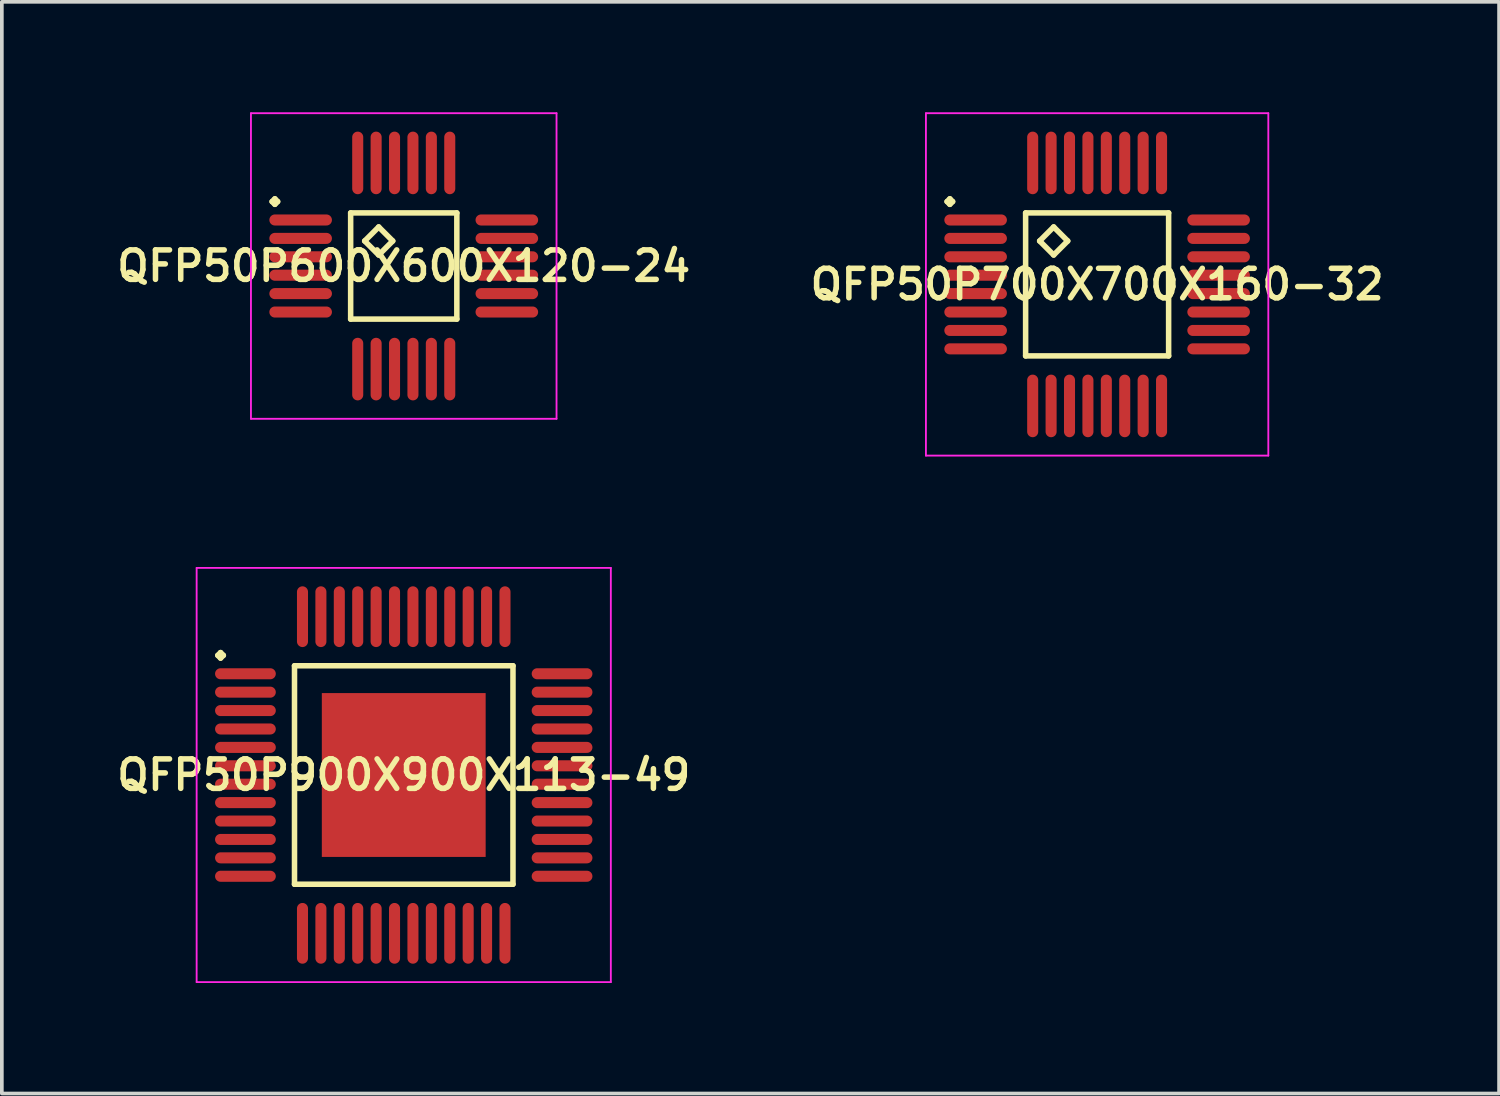
<source format=kicad_pcb>
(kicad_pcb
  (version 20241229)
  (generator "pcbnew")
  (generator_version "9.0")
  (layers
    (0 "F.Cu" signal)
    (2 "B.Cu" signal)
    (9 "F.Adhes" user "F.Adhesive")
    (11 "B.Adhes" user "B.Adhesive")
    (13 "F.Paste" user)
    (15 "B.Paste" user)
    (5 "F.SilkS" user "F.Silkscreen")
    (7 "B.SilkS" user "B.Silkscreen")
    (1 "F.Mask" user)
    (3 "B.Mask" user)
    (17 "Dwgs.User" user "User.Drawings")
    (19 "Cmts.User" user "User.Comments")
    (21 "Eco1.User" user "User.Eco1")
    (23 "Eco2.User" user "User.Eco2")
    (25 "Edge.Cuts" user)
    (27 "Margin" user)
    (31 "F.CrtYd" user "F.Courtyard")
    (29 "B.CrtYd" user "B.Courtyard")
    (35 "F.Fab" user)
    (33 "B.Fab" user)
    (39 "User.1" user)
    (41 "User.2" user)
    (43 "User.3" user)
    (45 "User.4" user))
  (footprint "QFP50P700X700X160-32"
    (layer "F.Cu")
    (at 26.749 4.675)
    (property "Reference" "QFP50P700X700X160-32" (at 0 0 0) (layer "F.SilkS") (effects (font (size 0.8 0.8) (thickness 0.15))))
    (attr smd)
    (fp_line (start -4.075 -2.25) (end -4 -2.325) (stroke (width 0.15) (type solid)) (layer "F.SilkS"))
    (fp_line (start -4 -2.325) (end -3.925 -2.25) (stroke (width 0.15) (type solid)) (layer "F.SilkS"))
    (fp_line (start -4 -2.175) (end -4.075 -2.25) (stroke (width 0.15) (type solid)) (layer "F.SilkS"))
    (fp_line (start -3.925 -2.25) (end -4 -2.175) (stroke (width 0.15) (type solid)) (layer "F.SilkS"))
    (fp_line (start -1.942 -1.942) (end -1.942 1.942) (stroke (width 0.15) (type solid)) (layer "F.SilkS"))
    (fp_line (start -1.942 1.942) (end 1.942 1.942) (stroke (width 0.15) (type solid)) (layer "F.SilkS"))
    (fp_line (start -1.561 -1.18) (end -1.18 -1.561) (stroke (width 0.15) (type solid)) (layer "F.SilkS"))
    (fp_line (start -1.18 -1.561) (end -0.799 -1.18) (stroke (width 0.15) (type solid)) (layer "F.SilkS"))
    (fp_line (start -1.18 -0.799) (end -1.561 -1.18) (stroke (width 0.15) (type solid)) (layer "F.SilkS"))
    (fp_line (start -0.799 -1.18) (end -1.18 -0.799) (stroke (width 0.15) (type solid)) (layer "F.SilkS"))
    (fp_line (start 1.942 -1.942) (end -1.942 -1.942) (stroke (width 0.15) (type solid)) (layer "F.SilkS"))
    (fp_line (start 1.942 1.942) (end 1.942 -1.942) (stroke (width 0.15) (type solid)) (layer "F.SilkS"))
    (fp_line (start -4.65 -4.65) (end 4.65 -4.65) (stroke (width 0.05) (type solid)) (layer "F.CrtYd"))
    (fp_line (start -4.65 4.65) (end -4.65 -4.65) (stroke (width 0.05) (type solid)) (layer "F.CrtYd"))
    (fp_line (start 4.65 -4.65) (end 4.65 4.65) (stroke (width 0.05) (type solid)) (layer "F.CrtYd"))
    (fp_line (start 4.65 4.65) (end -4.65 4.65) (stroke (width 0.05) (type solid)) (layer "F.CrtYd"))
    (pad "1" smd oval (at -3.3 -1.75) (size 1.7 0.3) (layers "F.Cu" "F.Mask" "F.Paste"))
    (pad "2" smd oval (at -3.3 -1.25) (size 1.7 0.3) (layers "F.Cu" "F.Mask" "F.Paste"))
    (pad "3" smd oval (at -3.3 -0.75) (size 1.7 0.3) (layers "F.Cu" "F.Mask" "F.Paste"))
    (pad "4" smd oval (at -3.3 -0.25) (size 1.7 0.3) (layers "F.Cu" "F.Mask" "F.Paste"))
    (pad "5" smd oval (at -3.3 0.25) (size 1.7 0.3) (layers "F.Cu" "F.Mask" "F.Paste"))
    (pad "6" smd oval (at -3.3 0.75) (size 1.7 0.3) (layers "F.Cu" "F.Mask" "F.Paste"))
    (pad "7" smd oval (at -3.3 1.25) (size 1.7 0.3) (layers "F.Cu" "F.Mask" "F.Paste"))
    (pad "8" smd oval (at -3.3 1.75) (size 1.7 0.3) (layers "F.Cu" "F.Mask" "F.Paste"))
    (pad "9" smd oval (at -1.75 3.3) (size 0.3 1.7) (layers "F.Cu" "F.Mask" "F.Paste"))
    (pad "10" smd oval (at -1.25 3.3) (size 0.3 1.7) (layers "F.Cu" "F.Mask" "F.Paste"))
    (pad "11" smd oval (at -0.75 3.3) (size 0.3 1.7) (layers "F.Cu" "F.Mask" "F.Paste"))
    (pad "12" smd oval (at -0.25 3.3) (size 0.3 1.7) (layers "F.Cu" "F.Mask" "F.Paste"))
    (pad "13" smd oval (at 0.25 3.3) (size 0.3 1.7) (layers "F.Cu" "F.Mask" "F.Paste"))
    (pad "14" smd oval (at 0.75 3.3) (size 0.3 1.7) (layers "F.Cu" "F.Mask" "F.Paste"))
    (pad "15" smd oval (at 1.25 3.3) (size 0.3 1.7) (layers "F.Cu" "F.Mask" "F.Paste"))
    (pad "16" smd oval (at 1.75 3.3) (size 0.3 1.7) (layers "F.Cu" "F.Mask" "F.Paste"))
    (pad "17" smd oval (at 3.3 1.75) (size 1.7 0.3) (layers "F.Cu" "F.Mask" "F.Paste"))
    (pad "18" smd oval (at 3.3 1.25) (size 1.7 0.3) (layers "F.Cu" "F.Mask" "F.Paste"))
    (pad "19" smd oval (at 3.3 0.75) (size 1.7 0.3) (layers "F.Cu" "F.Mask" "F.Paste"))
    (pad "20" smd oval (at 3.3 0.25) (size 1.7 0.3) (layers "F.Cu" "F.Mask" "F.Paste"))
    (pad "21" smd oval (at 3.3 -0.25) (size 1.7 0.3) (layers "F.Cu" "F.Mask" "F.Paste"))
    (pad "22" smd oval (at 3.3 -0.75) (size 1.7 0.3) (layers "F.Cu" "F.Mask" "F.Paste"))
    (pad "23" smd oval (at 3.3 -1.25) (size 1.7 0.3) (layers "F.Cu" "F.Mask" "F.Paste"))
    (pad "24" smd oval (at 3.3 -1.75) (size 1.7 0.3) (layers "F.Cu" "F.Mask" "F.Paste"))
    (pad "25" smd oval (at 1.75 -3.3) (size 0.3 1.7) (layers "F.Cu" "F.Mask" "F.Paste"))
    (pad "26" smd oval (at 1.25 -3.3) (size 0.3 1.7) (layers "F.Cu" "F.Mask" "F.Paste"))
    (pad "27" smd oval (at 0.75 -3.3) (size 0.3 1.7) (layers "F.Cu" "F.Mask" "F.Paste"))
    (pad "28" smd oval (at 0.25 -3.3) (size 0.3 1.7) (layers "F.Cu" "F.Mask" "F.Paste"))
    (pad "29" smd oval (at -0.25 -3.3) (size 0.3 1.7) (layers "F.Cu" "F.Mask" "F.Paste"))
    (pad "30" smd oval (at -0.75 -3.3) (size 0.3 1.7) (layers "F.Cu" "F.Mask" "F.Paste"))
    (pad "31" smd oval (at -1.25 -3.3) (size 0.3 1.7) (layers "F.Cu" "F.Mask" "F.Paste"))
    (pad "32" smd oval (at -1.75 -3.3) (size 0.3 1.7) (layers "F.Cu" "F.Mask" "F.Paste")))
  (footprint "QFP50P600X600X120-24"
    (layer "F.Cu")
    (at 7.916 4.175)
    (property "Reference" "QFP50P600X600X120-24" (at 0 0 0) (layer "F.SilkS") (effects (font (size 0.8 0.8) (thickness 0.15))))
    (attr smd)
    (fp_line (start -3.575 -1.75) (end -3.5 -1.825) (stroke (width 0.15) (type solid)) (layer "F.SilkS"))
    (fp_line (start -3.5 -1.825) (end -3.425 -1.75) (stroke (width 0.15) (type solid)) (layer "F.SilkS"))
    (fp_line (start -3.5 -1.675) (end -3.575 -1.75) (stroke (width 0.15) (type solid)) (layer "F.SilkS"))
    (fp_line (start -3.425 -1.75) (end -3.5 -1.675) (stroke (width 0.15) (type solid)) (layer "F.SilkS"))
    (fp_line (start -1.442 -1.442) (end -1.442 1.442) (stroke (width 0.15) (type solid)) (layer "F.SilkS"))
    (fp_line (start -1.442 1.442) (end 1.442 1.442) (stroke (width 0.15) (type solid)) (layer "F.SilkS"))
    (fp_line (start -1.061 -0.68) (end -0.68 -1.061) (stroke (width 0.15) (type solid)) (layer "F.SilkS"))
    (fp_line (start -0.68 -1.061) (end -0.299 -0.68) (stroke (width 0.15) (type solid)) (layer "F.SilkS"))
    (fp_line (start -0.68 -0.299) (end -1.061 -0.68) (stroke (width 0.15) (type solid)) (layer "F.SilkS"))
    (fp_line (start -0.299 -0.68) (end -0.68 -0.299) (stroke (width 0.15) (type solid)) (layer "F.SilkS"))
    (fp_line (start 1.442 -1.442) (end -1.442 -1.442) (stroke (width 0.15) (type solid)) (layer "F.SilkS"))
    (fp_line (start 1.442 1.442) (end 1.442 -1.442) (stroke (width 0.15) (type solid)) (layer "F.SilkS"))
    (fp_line (start -4.15 -4.15) (end 4.15 -4.15) (stroke (width 0.05) (type solid)) (layer "F.CrtYd"))
    (fp_line (start -4.15 4.15) (end -4.15 -4.15) (stroke (width 0.05) (type solid)) (layer "F.CrtYd"))
    (fp_line (start 4.15 -4.15) (end 4.15 4.15) (stroke (width 0.05) (type solid)) (layer "F.CrtYd"))
    (fp_line (start 4.15 4.15) (end -4.15 4.15) (stroke (width 0.05) (type solid)) (layer "F.CrtYd"))
    (pad "1" smd oval (at -2.8 -1.25) (size 1.7 0.3) (layers "F.Cu" "F.Mask" "F.Paste"))
    (pad "2" smd oval (at -2.8 -0.75) (size 1.7 0.3) (layers "F.Cu" "F.Mask" "F.Paste"))
    (pad "3" smd oval (at -2.8 -0.25) (size 1.7 0.3) (layers "F.Cu" "F.Mask" "F.Paste"))
    (pad "4" smd oval (at -2.8 0.25) (size 1.7 0.3) (layers "F.Cu" "F.Mask" "F.Paste"))
    (pad "5" smd oval (at -2.8 0.75) (size 1.7 0.3) (layers "F.Cu" "F.Mask" "F.Paste"))
    (pad "6" smd oval (at -2.8 1.25) (size 1.7 0.3) (layers "F.Cu" "F.Mask" "F.Paste"))
    (pad "7" smd oval (at -1.25 2.8) (size 0.3 1.7) (layers "F.Cu" "F.Mask" "F.Paste"))
    (pad "8" smd oval (at -0.75 2.8) (size 0.3 1.7) (layers "F.Cu" "F.Mask" "F.Paste"))
    (pad "9" smd oval (at -0.25 2.8) (size 0.3 1.7) (layers "F.Cu" "F.Mask" "F.Paste"))
    (pad "10" smd oval (at 0.25 2.8) (size 0.3 1.7) (layers "F.Cu" "F.Mask" "F.Paste"))
    (pad "11" smd oval (at 0.75 2.8) (size 0.3 1.7) (layers "F.Cu" "F.Mask" "F.Paste"))
    (pad "12" smd oval (at 1.25 2.8) (size 0.3 1.7) (layers "F.Cu" "F.Mask" "F.Paste"))
    (pad "13" smd oval (at 2.8 1.25) (size 1.7 0.3) (layers "F.Cu" "F.Mask" "F.Paste"))
    (pad "14" smd oval (at 2.8 0.75) (size 1.7 0.3) (layers "F.Cu" "F.Mask" "F.Paste"))
    (pad "15" smd oval (at 2.8 0.25) (size 1.7 0.3) (layers "F.Cu" "F.Mask" "F.Paste"))
    (pad "16" smd oval (at 2.8 -0.25) (size 1.7 0.3) (layers "F.Cu" "F.Mask" "F.Paste"))
    (pad "17" smd oval (at 2.8 -0.75) (size 1.7 0.3) (layers "F.Cu" "F.Mask" "F.Paste"))
    (pad "18" smd oval (at 2.8 -1.25) (size 1.7 0.3) (layers "F.Cu" "F.Mask" "F.Paste"))
    (pad "19" smd oval (at 1.25 -2.8) (size 0.3 1.7) (layers "F.Cu" "F.Mask" "F.Paste"))
    (pad "20" smd oval (at 0.75 -2.8) (size 0.3 1.7) (layers "F.Cu" "F.Mask" "F.Paste"))
    (pad "21" smd oval (at 0.25 -2.8) (size 0.3 1.7) (layers "F.Cu" "F.Mask" "F.Paste"))
    (pad "22" smd oval (at -0.25 -2.8) (size 0.3 1.7) (layers "F.Cu" "F.Mask" "F.Paste"))
    (pad "23" smd oval (at -0.75 -2.8) (size 0.3 1.7) (layers "F.Cu" "F.Mask" "F.Paste"))
    (pad "24" smd oval (at -1.25 -2.8) (size 0.3 1.7) (layers "F.Cu" "F.Mask" "F.Paste")))
  (footprint "QFP50P900X900X113-49"
    (layer "F.Cu")
    (at 7.916 18)
    (property "Reference" "QFP50P900X900X113-49" (at 0 0 0) (layer "F.SilkS") (effects (font (size 0.8 0.8) (thickness 0.15))))
    (attr smd)
    (fp_line (start -5.05 -3.25) (end -4.975 -3.325) (stroke (width 0.15) (type solid)) (layer "F.SilkS"))
    (fp_line (start -4.975 -3.325) (end -4.9 -3.25) (stroke (width 0.15) (type solid)) (layer "F.SilkS"))
    (fp_line (start -4.975 -3.175) (end -5.05 -3.25) (stroke (width 0.15) (type solid)) (layer "F.SilkS"))
    (fp_line (start -4.9 -3.25) (end -4.975 -3.175) (stroke (width 0.15) (type solid)) (layer "F.SilkS"))
    (fp_line (start -2.967 -2.967) (end -2.967 2.967) (stroke (width 0.15) (type solid)) (layer "F.SilkS"))
    (fp_line (start -2.967 2.967) (end 2.967 2.967) (stroke (width 0.15) (type solid)) (layer "F.SilkS"))
    (fp_line (start 2.967 -2.967) (end -2.967 -2.967) (stroke (width 0.15) (type solid)) (layer "F.SilkS"))
    (fp_line (start 2.967 2.967) (end 2.967 -2.967) (stroke (width 0.15) (type solid)) (layer "F.SilkS"))
    (fp_line (start -5.625 -5.625) (end 5.625 -5.625) (stroke (width 0.05) (type solid)) (layer "F.CrtYd"))
    (fp_line (start -5.625 5.625) (end -5.625 -5.625) (stroke (width 0.05) (type solid)) (layer "F.CrtYd"))
    (fp_line (start 5.625 -5.625) (end 5.625 5.625) (stroke (width 0.05) (type solid)) (layer "F.CrtYd"))
    (fp_line (start 5.625 5.625) (end -5.625 5.625) (stroke (width 0.05) (type solid)) (layer "F.CrtYd"))
    (pad "1" smd oval (at -4.3 -2.75) (size 1.65 0.3) (layers "F.Cu" "F.Mask" "F.Paste"))
    (pad "2" smd oval (at -4.3 -2.25) (size 1.65 0.3) (layers "F.Cu" "F.Mask" "F.Paste"))
    (pad "3" smd oval (at -4.3 -1.75) (size 1.65 0.3) (layers "F.Cu" "F.Mask" "F.Paste"))
    (pad "4" smd oval (at -4.3 -1.25) (size 1.65 0.3) (layers "F.Cu" "F.Mask" "F.Paste"))
    (pad "5" smd oval (at -4.3 -0.75) (size 1.65 0.3) (layers "F.Cu" "F.Mask" "F.Paste"))
    (pad "6" smd oval (at -4.3 -0.25) (size 1.65 0.3) (layers "F.Cu" "F.Mask" "F.Paste"))
    (pad "7" smd oval (at -4.3 0.25) (size 1.65 0.3) (layers "F.Cu" "F.Mask" "F.Paste"))
    (pad "8" smd oval (at -4.3 0.75) (size 1.65 0.3) (layers "F.Cu" "F.Mask" "F.Paste"))
    (pad "9" smd oval (at -4.3 1.25) (size 1.65 0.3) (layers "F.Cu" "F.Mask" "F.Paste"))
    (pad "10" smd oval (at -4.3 1.75) (size 1.65 0.3) (layers "F.Cu" "F.Mask" "F.Paste"))
    (pad "11" smd oval (at -4.3 2.25) (size 1.65 0.3) (layers "F.Cu" "F.Mask" "F.Paste"))
    (pad "12" smd oval (at -4.3 2.75) (size 1.65 0.3) (layers "F.Cu" "F.Mask" "F.Paste"))
    (pad "13" smd oval (at -2.75 4.3) (size 0.3 1.65) (layers "F.Cu" "F.Mask" "F.Paste"))
    (pad "14" smd oval (at -2.25 4.3) (size 0.3 1.65) (layers "F.Cu" "F.Mask" "F.Paste"))
    (pad "15" smd oval (at -1.75 4.3) (size 0.3 1.65) (layers "F.Cu" "F.Mask" "F.Paste"))
    (pad "16" smd oval (at -1.25 4.3) (size 0.3 1.65) (layers "F.Cu" "F.Mask" "F.Paste"))
    (pad "17" smd oval (at -0.75 4.3) (size 0.3 1.65) (layers "F.Cu" "F.Mask" "F.Paste"))
    (pad "18" smd oval (at -0.25 4.3) (size 0.3 1.65) (layers "F.Cu" "F.Mask" "F.Paste"))
    (pad "19" smd oval (at 0.25 4.3) (size 0.3 1.65) (layers "F.Cu" "F.Mask" "F.Paste"))
    (pad "20" smd oval (at 0.75 4.3) (size 0.3 1.65) (layers "F.Cu" "F.Mask" "F.Paste"))
    (pad "21" smd oval (at 1.25 4.3) (size 0.3 1.65) (layers "F.Cu" "F.Mask" "F.Paste"))
    (pad "22" smd oval (at 1.75 4.3) (size 0.3 1.65) (layers "F.Cu" "F.Mask" "F.Paste"))
    (pad "23" smd oval (at 2.25 4.3) (size 0.3 1.65) (layers "F.Cu" "F.Mask" "F.Paste"))
    (pad "24" smd oval (at 2.75 4.3) (size 0.3 1.65) (layers "F.Cu" "F.Mask" "F.Paste"))
    (pad "25" smd oval (at 4.3 2.75) (size 1.65 0.3) (layers "F.Cu" "F.Mask" "F.Paste"))
    (pad "26" smd oval (at 4.3 2.25) (size 1.65 0.3) (layers "F.Cu" "F.Mask" "F.Paste"))
    (pad "27" smd oval (at 4.3 1.75) (size 1.65 0.3) (layers "F.Cu" "F.Mask" "F.Paste"))
    (pad "28" smd oval (at 4.3 1.25) (size 1.65 0.3) (layers "F.Cu" "F.Mask" "F.Paste"))
    (pad "29" smd oval (at 4.3 0.75) (size 1.65 0.3) (layers "F.Cu" "F.Mask" "F.Paste"))
    (pad "30" smd oval (at 4.3 0.25) (size 1.65 0.3) (layers "F.Cu" "F.Mask" "F.Paste"))
    (pad "31" smd oval (at 4.3 -0.25) (size 1.65 0.3) (layers "F.Cu" "F.Mask" "F.Paste"))
    (pad "32" smd oval (at 4.3 -0.75) (size 1.65 0.3) (layers "F.Cu" "F.Mask" "F.Paste"))
    (pad "33" smd oval (at 4.3 -1.25) (size 1.65 0.3) (layers "F.Cu" "F.Mask" "F.Paste"))
    (pad "34" smd oval (at 4.3 -1.75) (size 1.65 0.3) (layers "F.Cu" "F.Mask" "F.Paste"))
    (pad "35" smd oval (at 4.3 -2.25) (size 1.65 0.3) (layers "F.Cu" "F.Mask" "F.Paste"))
    (pad "36" smd oval (at 4.3 -2.75) (size 1.65 0.3) (layers "F.Cu" "F.Mask" "F.Paste"))
    (pad "37" smd oval (at 2.75 -4.3) (size 0.3 1.65) (layers "F.Cu" "F.Mask" "F.Paste"))
    (pad "38" smd oval (at 2.25 -4.3) (size 0.3 1.65) (layers "F.Cu" "F.Mask" "F.Paste"))
    (pad "39" smd oval (at 1.75 -4.3) (size 0.3 1.65) (layers "F.Cu" "F.Mask" "F.Paste"))
    (pad "40" smd oval (at 1.25 -4.3) (size 0.3 1.65) (layers "F.Cu" "F.Mask" "F.Paste"))
    (pad "41" smd oval (at 0.75 -4.3) (size 0.3 1.65) (layers "F.Cu" "F.Mask" "F.Paste"))
    (pad "42" smd oval (at 0.25 -4.3) (size 0.3 1.65) (layers "F.Cu" "F.Mask" "F.Paste"))
    (pad "43" smd oval (at -0.25 -4.3) (size 0.3 1.65) (layers "F.Cu" "F.Mask" "F.Paste"))
    (pad "44" smd oval (at -0.75 -4.3) (size 0.3 1.65) (layers "F.Cu" "F.Mask" "F.Paste"))
    (pad "45" smd oval (at -1.25 -4.3) (size 0.3 1.65) (layers "F.Cu" "F.Mask" "F.Paste"))
    (pad "46" smd oval (at -1.75 -4.3) (size 0.3 1.65) (layers "F.Cu" "F.Mask" "F.Paste"))
    (pad "47" smd oval (at -2.25 -4.3) (size 0.3 1.65) (layers "F.Cu" "F.Mask" "F.Paste"))
    (pad "48" smd oval (at -2.75 -4.3) (size 0.3 1.65) (layers "F.Cu" "F.Mask" "F.Paste"))
    (pad "49" smd rect (at 0 0) (size 4.45 4.45) (layers "F.Cu" "F.Mask" "F.Paste")))
  (gr_rect
    (start -3 -3)
    (end 37.666 26.65)
    (stroke (width 0.1) (type default))
    (fill no)
    (layer "Edge.Cuts")))
</source>
